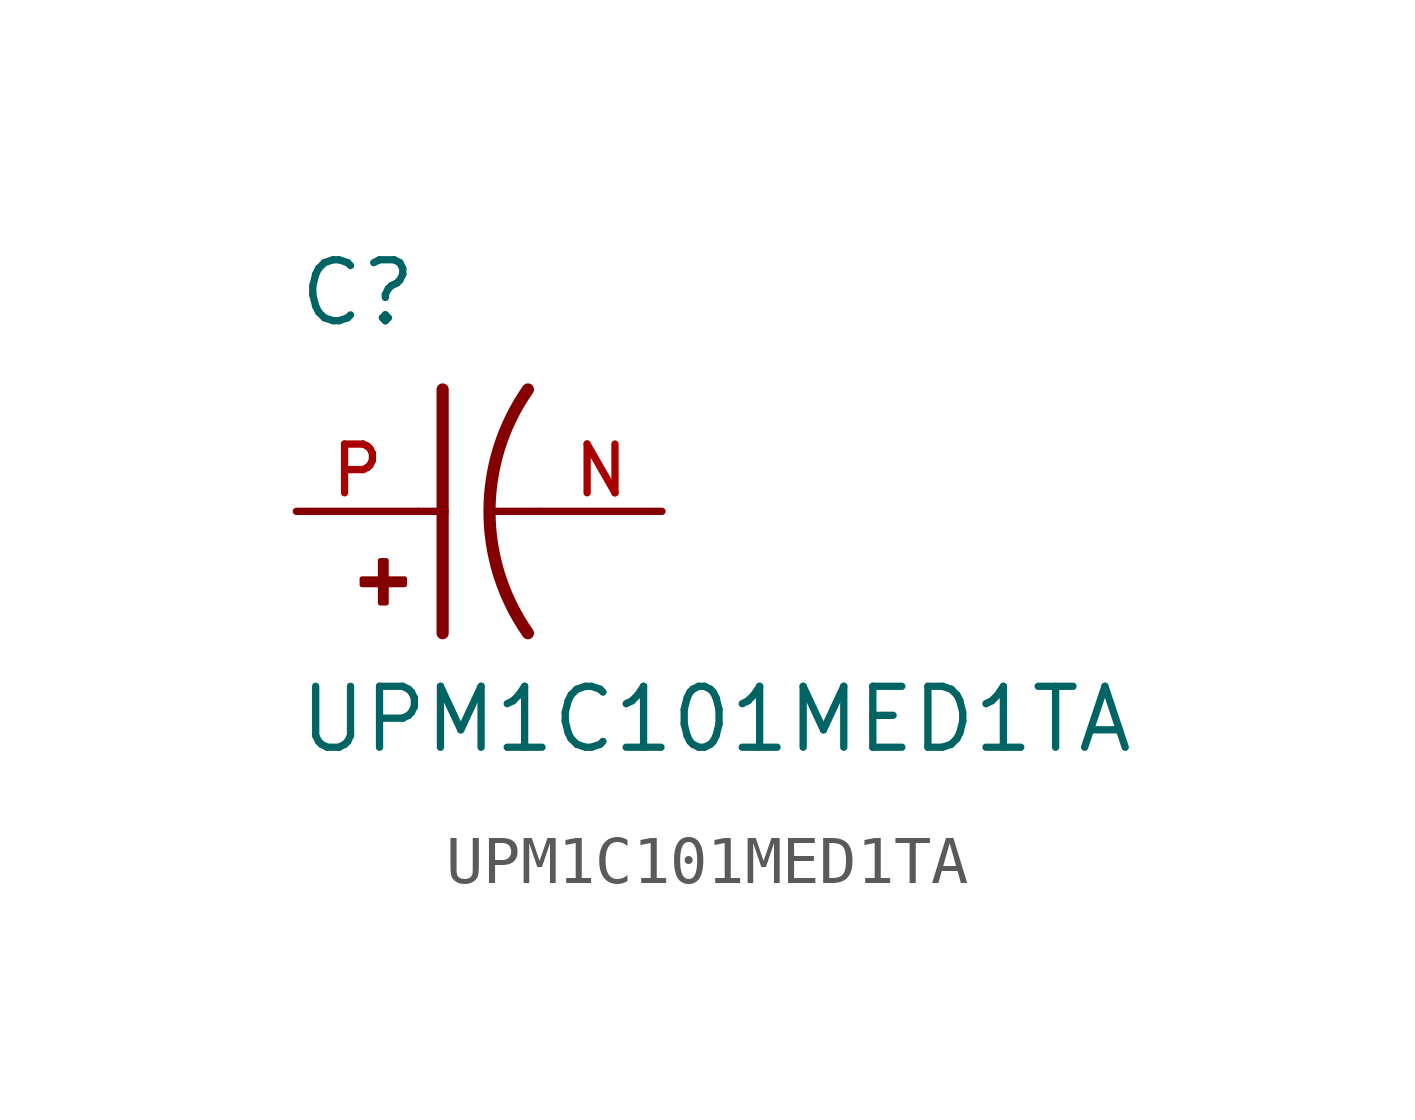
<source format=kicad_sym>
(kicad_symbol_lib
  (version 20211014)
  (generator kicad_symbol_editor)
  (symbol "UPM1C101MED1TA"
    (pin_names
      (offset 1.016))
    (property "Reference" "C"
      (at -2.54 3.81 0)
      (effects (font (size 1.27 1.27)) (justify bottom left)))
    (property "Value" "UPM1C101MED1TA"
      (at -2.54 -5.08 0)
      (effects (font (size 1.27 1.27)) (justify bottom left)))
    (symbol "UPM1C101MED1TA_0_0"
      (arc (start 2.286 -2.54) (mid 1.4851 -0.0) (end 2.286 2.54) (stroke (width 0.254) (type default) (color 0 0 0 0)) (fill (type none)))
      (polyline (pts (xy 0.508 2.54) (xy 0.508 0.0)) (stroke (width 0.254)))
      (rectangle (start -1.173 -1.532) (end -0.284 -1.405) (stroke (width 0.1)) (fill (type outline)))
      (rectangle (start -0.792 -1.913) (end -0.665 -1.024) (stroke (width 0.1)) (fill (type outline)))
      (polyline (pts (xy 0.508 0.0) (xy 0.508 -2.54)) (stroke (width 0.254)))
      (polyline (pts (xy 0.0 0.0) (xy 0.508 0.0)) (stroke (width 0.152)))
      (polyline (pts (xy 2.54 0.0) (xy 1.524 0.0)) (stroke (width 0.152)))
      (pin passive line (at -2.54 0.0 0) (length 2.54) (name "~" (effects (font (size 1.016 1.016)))) (number "P" (effects (font (size 1.016 1.016)))))
      (pin passive line (at 5.08 0.0 180.0) (length 2.54) (name "~" (effects (font (size 1.016 1.016)))) (number "N" (effects (font (size 1.016 1.016))))))))
</source>
